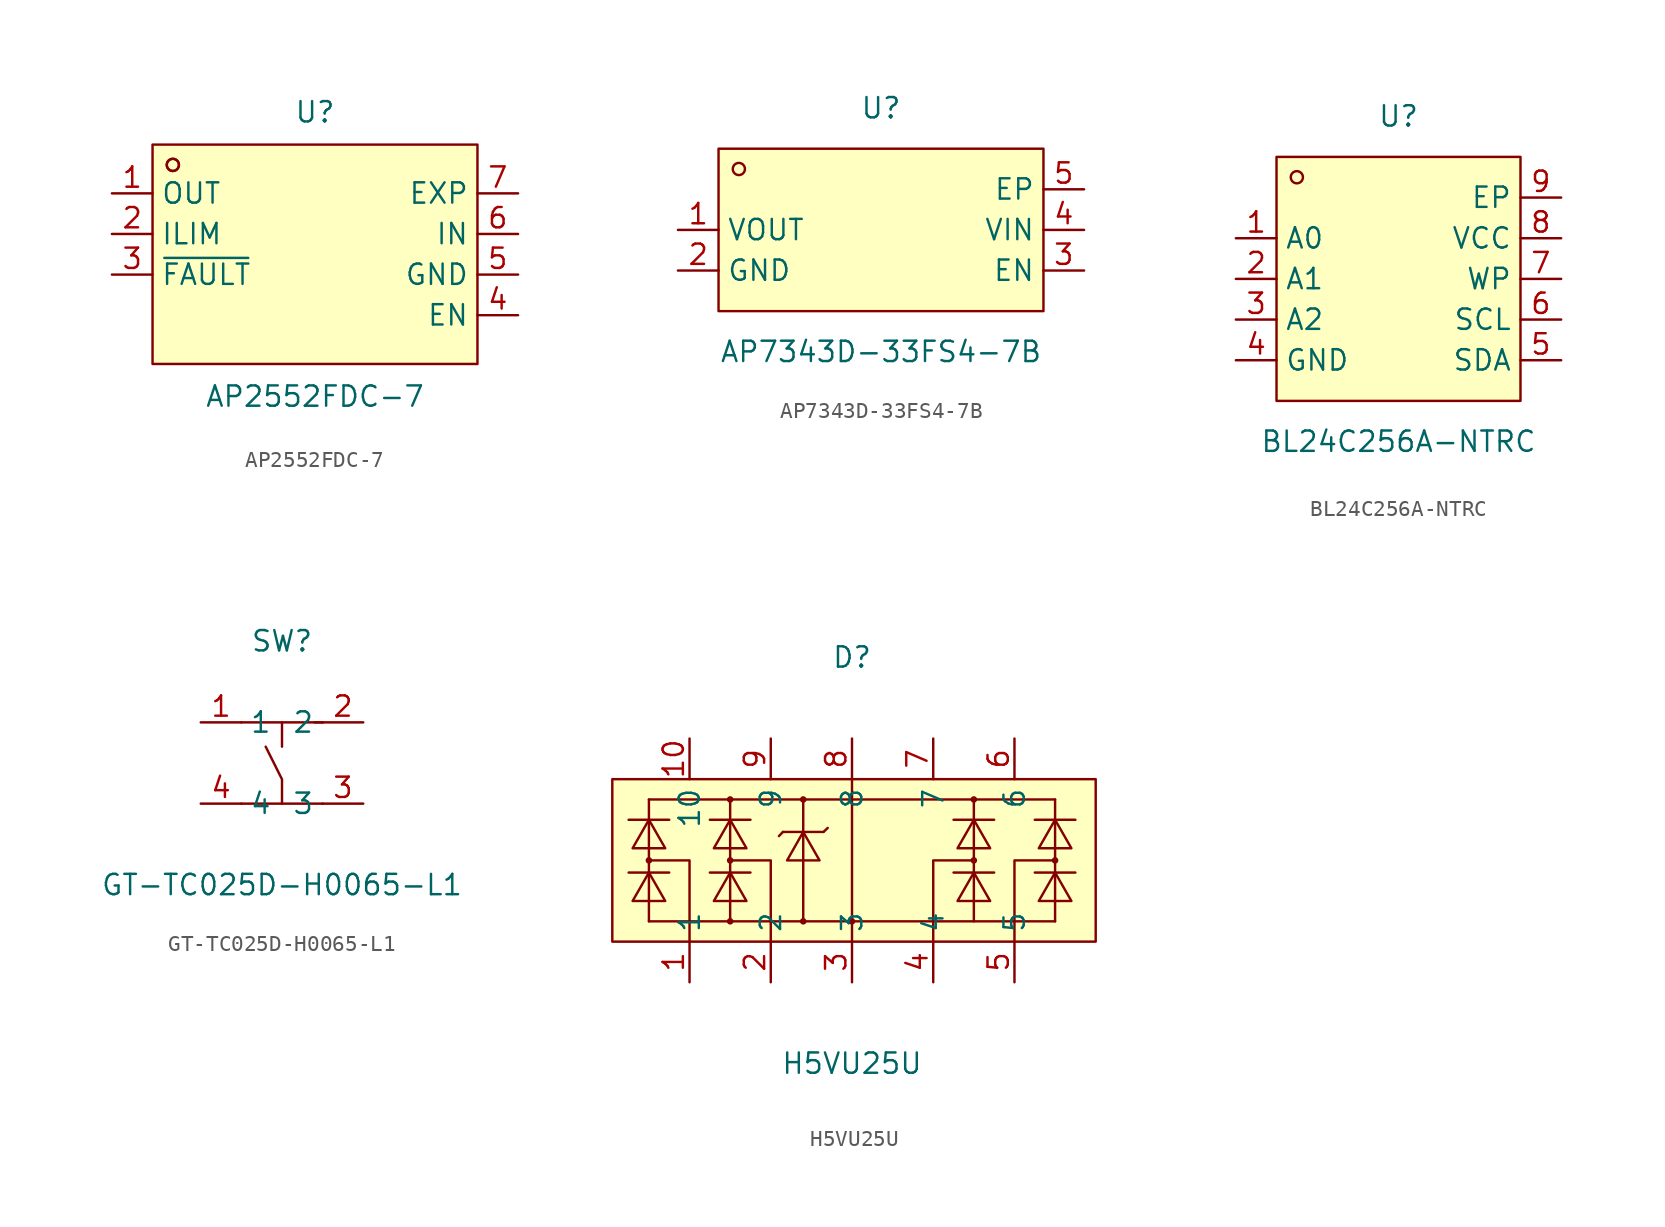
<source format=kicad_sym>
(kicad_symbol_lib
  (version 20231120)
  (generator "kicad_symbol_editor")
  (generator_version "8.0")
  (symbol "AP2552FDC-7"
    (property "Reference" "U"
      (at 0 8.89 0)
      (effects (font (size 1.27 1.27))))
    (property "Value" "AP2552FDC-7"
      (at 0 -8.89 0)
      (effects (font (size 1.27 1.27))))
    (symbol "AP2552FDC-7_0_1"
      (rectangle (start -10.16 6.86) (end 10.16 -6.86) (stroke (width 0) (type default) (color 0 0 0 0)) (fill (type background)))
      (circle (center -8.89 5.59) (radius 0.38) (stroke (width 0) (type default) (color 0 0 0 0)) (fill (type none)))
      (circle (center -8.89 5.59) (radius 0.38) (stroke (width 0) (type default) (color 0 0 0 0)) (fill (type none)))
      (pin unspecified line (at -12.70 3.81 0) (length 2.54) (name "OUT" (effects (font (size 1.27 1.27)))) (number "1" (effects (font (size 1.27 1.27)))))
      (pin unspecified line (at -12.70 1.27 0) (length 2.54) (name "ILIM" (effects (font (size 1.27 1.27)))) (number "2" (effects (font (size 1.27 1.27)))))
      (pin unspecified line (at -12.70 -1.27 0) (length 2.54) (name "~{FAULT}" (effects (font (size 1.27 1.27)))) (number "3" (effects (font (size 1.27 1.27)))))
      (pin unspecified line (at 12.70 -3.81 180) (length 2.54) (name "EN" (effects (font (size 1.27 1.27)))) (number "4" (effects (font (size 1.27 1.27)))))
      (pin unspecified line (at 12.70 -1.27 180) (length 2.54) (name "GND" (effects (font (size 1.27 1.27)))) (number "5" (effects (font (size 1.27 1.27)))))
      (pin unspecified line (at 12.70 1.27 180) (length 2.54) (name "IN" (effects (font (size 1.27 1.27)))) (number "6" (effects (font (size 1.27 1.27)))))
      (pin unspecified line (at 12.70 3.81 180) (length 2.54) (name "EXP" (effects (font (size 1.27 1.27)))) (number "7" (effects (font (size 1.27 1.27)))))))
  (symbol "AP7343D-33FS4-7B"
    (property "Reference" "U"
      (at 0 5.08 0)
      (effects (font (size 1.27 1.27))))
    (property "Value" "AP7343D-33FS4-7B"
      (at 0 -10.16 0)
      (effects (font (size 1.27 1.27))))
    (symbol "AP7343D-33FS4-7B_0_1"
      (rectangle (start -10.16 2.54) (end 10.16 -7.62) (stroke (width 0) (type default) (color 0 0 0 0)) (fill (type background)))
      (circle (center -8.89 1.27) (radius 0.38) (stroke (width 0) (type default) (color 0 0 0 0)) (fill (type none)))
      (pin unspecified line (at -12.70 -2.54 0) (length 2.54) (name "VOUT" (effects (font (size 1.27 1.27)))) (number "1" (effects (font (size 1.27 1.27)))))
      (pin unspecified line (at -12.70 -5.08 0) (length 2.54) (name "GND" (effects (font (size 1.27 1.27)))) (number "2" (effects (font (size 1.27 1.27)))))
      (pin unspecified line (at 12.70 -5.08 180) (length 2.54) (name "EN" (effects (font (size 1.27 1.27)))) (number "3" (effects (font (size 1.27 1.27)))))
      (pin unspecified line (at 12.70 -2.54 180) (length 2.54) (name "VIN" (effects (font (size 1.27 1.27)))) (number "4" (effects (font (size 1.27 1.27)))))
      (pin unspecified line (at 12.70 -0.00 180) (length 2.54) (name "EP" (effects (font (size 1.27 1.27)))) (number "5" (effects (font (size 1.27 1.27)))))))
  (symbol "BL24C256A-NTRC"
    (property "Reference" "U"
      (at 0 10.16 0)
      (effects (font (size 1.27 1.27))))
    (property "Value" "BL24C256A-NTRC"
      (at 0 -10.16 0)
      (effects (font (size 1.27 1.27))))
    (symbol "BL24C256A-NTRC_0_1"
      (rectangle (start -7.62 7.62) (end 7.62 -7.62) (stroke (width 0) (type default) (color 0 0 0 0)) (fill (type background)))
      (circle (center -6.35 6.35) (radius 0.38) (stroke (width 0) (type default) (color 0 0 0 0)) (fill (type none)))
      (pin unspecified line (at -10.16 2.54 0) (length 2.54) (name "A0" (effects (font (size 1.27 1.27)))) (number "1" (effects (font (size 1.27 1.27)))))
      (pin unspecified line (at -10.16 -0.00 0) (length 2.54) (name "A1" (effects (font (size 1.27 1.27)))) (number "2" (effects (font (size 1.27 1.27)))))
      (pin unspecified line (at -10.16 -2.54 0) (length 2.54) (name "A2" (effects (font (size 1.27 1.27)))) (number "3" (effects (font (size 1.27 1.27)))))
      (pin unspecified line (at -10.16 -5.08 0) (length 2.54) (name "GND" (effects (font (size 1.27 1.27)))) (number "4" (effects (font (size 1.27 1.27)))))
      (pin unspecified line (at 10.16 -5.08 180) (length 2.54) (name "SDA" (effects (font (size 1.27 1.27)))) (number "5" (effects (font (size 1.27 1.27)))))
      (pin unspecified line (at 10.16 -2.54 180) (length 2.54) (name "SCL" (effects (font (size 1.27 1.27)))) (number "6" (effects (font (size 1.27 1.27)))))
      (pin unspecified line (at 10.16 -0.00 180) (length 2.54) (name "WP" (effects (font (size 1.27 1.27)))) (number "7" (effects (font (size 1.27 1.27)))))
      (pin unspecified line (at 10.16 2.54 180) (length 2.54) (name "VCC" (effects (font (size 1.27 1.27)))) (number "8" (effects (font (size 1.27 1.27)))))
      (pin unspecified line (at 10.16 5.08 180) (length 2.54) (name "EP" (effects (font (size 1.27 1.27)))) (number "9" (effects (font (size 1.27 1.27)))))))
  (symbol "GT-TC025D-H0065-L1"
    (property "Reference" "SW"
      (at 0 7.62 0)
      (effects (font (size 1.27 1.27))))
    (property "Value" "GT-TC025D-H0065-L1"
      (at 0 -7.62 0)
      (effects (font (size 1.27 1.27))))
    (symbol "GT-TC025D-H0065-L1_0_1"
      (polyline (pts (xy 2.03 2.54) (xy 2.54 2.54)) (stroke (width 0) (type default) (color 0 0 0 0)) (fill (type none)))
      (polyline (pts (xy -2.54 2.54) (xy 2.54 2.54)) (stroke (width 0) (type default) (color 0 0 0 0)) (fill (type none)))
      (polyline (pts (xy -2.54 -2.54) (xy 2.54 -2.54)) (stroke (width 0) (type default) (color 0 0 0 0)) (fill (type none)))
      (polyline (pts (xy 0.00 2.54) (xy 0.00 1.02)) (stroke (width 0) (type default) (color 0 0 0 0)) (fill (type none)))
      (polyline (pts (xy 0.00 -2.54) (xy 0.00 -1.02) (xy -1.02 1.02)) (stroke (width 0) (type default) (color 0 0 0 0)) (fill (type none)))
      (pin unspecified line (at -5.08 -2.54 0) (length 2.54) (name "4" (effects (font (size 1.27 1.27)))) (number "4" (effects (font (size 1.27 1.27)))))
      (pin unspecified line (at 5.08 -2.54 180) (length 2.54) (name "3" (effects (font (size 1.27 1.27)))) (number "3" (effects (font (size 1.27 1.27)))))
      (pin unspecified line (at 5.08 2.54 180) (length 2.54) (name "2" (effects (font (size 1.27 1.27)))) (number "2" (effects (font (size 1.27 1.27)))))
      (pin unspecified line (at -5.08 2.54 0) (length 2.54) (name "1" (effects (font (size 1.27 1.27)))) (number "1" (effects (font (size 1.27 1.27)))))))
  (symbol "H5VU25U"
    (property "Reference" "D"
      (at 0 12.70 0)
      (effects (font (size 1.27 1.27))))
    (property "Value" "H5VU25U"
      (at 0 -12.70 0)
      (effects (font (size 1.27 1.27))))
    (symbol "H5VU25U_0_1"
      (rectangle (start -14.99 5.08) (end 15.24 -5.08) (stroke (width 0) (type default) (color 0 0 0 0)) (fill (type background)))
      (circle (center -7.62 3.81) (radius 0.13) (stroke (width 0) (type default) (color 0 0 0 0)) (fill (type none)))
      (circle (center -3.05 3.81) (radius 0.13) (stroke (width 0) (type default) (color 0 0 0 0)) (fill (type none)))
      (circle (center 7.62 3.81) (radius 0.13) (stroke (width 0) (type default) (color 0 0 0 0)) (fill (type none)))
      (circle (center 12.70 -0.00) (radius 0.13) (stroke (width 0) (type default) (color 0 0 0 0)) (fill (type none)))
      (circle (center 7.62 -0.00) (radius 0.13) (stroke (width 0) (type default) (color 0 0 0 0)) (fill (type none)))
      (circle (center -7.62 -0.00) (radius 0.13) (stroke (width 0) (type default) (color 0 0 0 0)) (fill (type none)))
      (circle (center -12.70 -0.00) (radius 0.13) (stroke (width 0) (type default) (color 0 0 0 0)) (fill (type none)))
      (circle (center -7.62 -3.81) (radius 0.13) (stroke (width 0) (type default) (color 0 0 0 0)) (fill (type none)))
      (circle (center -3.05 -3.81) (radius 0.13) (stroke (width 0) (type default) (color 0 0 0 0)) (fill (type none)))
      (circle (center 0.00 -3.81) (radius 0.13) (stroke (width 0) (type default) (color 0 0 0 0)) (fill (type none)))
      (polyline (pts (xy -13.72 -2.54) (xy -12.70 -0.76) (xy -11.68 -2.54) (xy -13.72 -2.54)) (stroke (width 0) (type default) (color 0 0 0 0)) (fill (type background)))
      (polyline (pts (xy -13.72 0.76) (xy -12.70 2.54) (xy -11.68 0.76) (xy -13.72 0.76)) (stroke (width 0) (type default) (color 0 0 0 0)) (fill (type background)))
      (polyline (pts (xy -8.64 0.76) (xy -7.62 2.54) (xy -6.60 0.76) (xy -8.64 0.76)) (stroke (width 0) (type default) (color 0 0 0 0)) (fill (type background)))
      (polyline (pts (xy -8.64 -2.54) (xy -7.62 -0.76) (xy -6.60 -2.54) (xy -8.64 -2.54)) (stroke (width 0) (type default) (color 0 0 0 0)) (fill (type background)))
      (polyline (pts (xy -4.06 -0.00) (xy -3.05 1.78) (xy -2.03 -0.00) (xy -4.06 -0.00)) (stroke (width 0) (type default) (color 0 0 0 0)) (fill (type background)))
      (polyline (pts (xy 6.60 0.76) (xy 7.62 2.54) (xy 8.64 0.76) (xy 6.60 0.76)) (stroke (width 0) (type default) (color 0 0 0 0)) (fill (type background)))
      (polyline (pts (xy 6.60 -2.54) (xy 7.62 -0.76) (xy 8.64 -2.54) (xy 6.60 -2.54)) (stroke (width 0) (type default) (color 0 0 0 0)) (fill (type background)))
      (polyline (pts (xy 11.68 0.76) (xy 12.70 2.54) (xy 13.72 0.76) (xy 11.68 0.76)) (stroke (width 0) (type default) (color 0 0 0 0)) (fill (type background)))
      (polyline (pts (xy 11.68 -2.54) (xy 12.70 -0.76) (xy 13.72 -2.54) (xy 11.68 -2.54)) (stroke (width 0) (type default) (color 0 0 0 0)) (fill (type background)))
      (polyline (pts (xy -13.97 -0.76) (xy -11.43 -0.76)) (stroke (width 0) (type default) (color 0 0 0 0)) (fill (type none)))
      (polyline (pts (xy -12.70 -3.81) (xy 12.70 -3.81)) (stroke (width 0) (type default) (color 0 0 0 0)) (fill (type none)))
      (polyline (pts (xy -12.70 3.81) (xy 12.70 3.81)) (stroke (width 0) (type default) (color 0 0 0 0)) (fill (type none)))
      (polyline (pts (xy -13.97 2.54) (xy -11.43 2.54)) (stroke (width 0) (type default) (color 0 0 0 0)) (fill (type none)))
      (polyline (pts (xy -12.70 -3.81) (xy -12.70 3.81)) (stroke (width 0) (type default) (color 0 0 0 0)) (fill (type none)))
      (polyline (pts (xy -8.89 2.54) (xy -6.35 2.54)) (stroke (width 0) (type default) (color 0 0 0 0)) (fill (type none)))
      (polyline (pts (xy -8.89 -0.76) (xy -6.35 -0.76)) (stroke (width 0) (type default) (color 0 0 0 0)) (fill (type none)))
      (polyline (pts (xy -7.62 -3.81) (xy -7.62 3.81)) (stroke (width 0) (type default) (color 0 0 0 0)) (fill (type none)))
      (polyline (pts (xy -4.32 1.78) (xy -4.57 1.52)) (stroke (width 0) (type default) (color 0 0 0 0)) (fill (type none)))
      (polyline (pts (xy -1.78 1.78) (xy -1.52 2.03)) (stroke (width 0) (type default) (color 0 0 0 0)) (fill (type none)))
      (polyline (pts (xy -4.32 1.78) (xy -1.78 1.78)) (stroke (width 0) (type default) (color 0 0 0 0)) (fill (type none)))
      (polyline (pts (xy -3.05 -3.81) (xy -3.05 3.81)) (stroke (width 0) (type default) (color 0 0 0 0)) (fill (type none)))
      (polyline (pts (xy -12.70 -0.00) (xy -10.16 -0.00) (xy -10.16 -3.81)) (stroke (width 0) (type default) (color 0 0 0 0)) (fill (type none)))
      (polyline (pts (xy -7.62 -0.00) (xy -5.08 -0.00) (xy -5.08 -3.81)) (stroke (width 0) (type default) (color 0 0 0 0)) (fill (type none)))
      (polyline (pts (xy 0.00 5.08) (xy 0.00 -5.08)) (stroke (width 0) (type default) (color 0 0 0 0)) (fill (type none)))
      (polyline (pts (xy 6.35 2.54) (xy 8.89 2.54)) (stroke (width 0) (type default) (color 0 0 0 0)) (fill (type none)))
      (polyline (pts (xy 6.35 -0.76) (xy 8.89 -0.76)) (stroke (width 0) (type default) (color 0 0 0 0)) (fill (type none)))
      (polyline (pts (xy 7.62 -3.81) (xy 7.62 3.81)) (stroke (width 0) (type default) (color 0 0 0 0)) (fill (type none)))
      (polyline (pts (xy 7.62 -0.00) (xy 5.08 -0.00) (xy 5.08 -3.81)) (stroke (width 0) (type default) (color 0 0 0 0)) (fill (type none)))
      (polyline (pts (xy 11.43 2.54) (xy 13.97 2.54)) (stroke (width 0) (type default) (color 0 0 0 0)) (fill (type none)))
      (polyline (pts (xy 11.43 -0.76) (xy 13.97 -0.76)) (stroke (width 0) (type default) (color 0 0 0 0)) (fill (type none)))
      (polyline (pts (xy 12.70 -3.81) (xy 12.70 3.81)) (stroke (width 0) (type default) (color 0 0 0 0)) (fill (type none)))
      (polyline (pts (xy 12.70 -0.00) (xy 10.16 -0.00) (xy 10.16 -5.08)) (stroke (width 0) (type default) (color 0 0 0 0)) (fill (type none)))
      (polyline (pts (xy 5.08 -3.81) (xy 5.08 -5.08)) (stroke (width 0) (type default) (color 0 0 0 0)) (fill (type none)))
      (polyline (pts (xy -5.08 -3.81) (xy -5.08 -5.08)) (stroke (width 0) (type default) (color 0 0 0 0)) (fill (type none)))
      (polyline (pts (xy -10.16 -3.81) (xy -10.16 -5.08)) (stroke (width 0) (type default) (color 0 0 0 0)) (fill (type none)))
      (pin unspecified line (at -10.16 7.62 270) (length 2.54) (name "10" (effects (font (size 1.27 1.27)))) (number "10" (effects (font (size 1.27 1.27)))))
      (pin unspecified line (at -5.08 7.62 270) (length 2.54) (name "9" (effects (font (size 1.27 1.27)))) (number "9" (effects (font (size 1.27 1.27)))))
      (pin unspecified line (at 0.00 7.62 270) (length 2.54) (name "8" (effects (font (size 1.27 1.27)))) (number "8" (effects (font (size 1.27 1.27)))))
      (pin unspecified line (at 5.08 7.62 270) (length 2.54) (name "7" (effects (font (size 1.27 1.27)))) (number "7" (effects (font (size 1.27 1.27)))))
      (pin unspecified line (at 10.16 7.62 270) (length 2.54) (name "6" (effects (font (size 1.27 1.27)))) (number "6" (effects (font (size 1.27 1.27)))))
      (pin unspecified line (at 10.16 -7.62 90) (length 2.54) (name "5" (effects (font (size 1.27 1.27)))) (number "5" (effects (font (size 1.27 1.27)))))
      (pin unspecified line (at 5.08 -7.62 90) (length 2.54) (name "4" (effects (font (size 1.27 1.27)))) (number "4" (effects (font (size 1.27 1.27)))))
      (pin unspecified line (at 0.00 -7.62 90) (length 2.54) (name "3" (effects (font (size 1.27 1.27)))) (number "3" (effects (font (size 1.27 1.27)))))
      (pin unspecified line (at -5.08 -7.62 90) (length 2.54) (name "2" (effects (font (size 1.27 1.27)))) (number "2" (effects (font (size 1.27 1.27)))))
      (pin unspecified line (at -10.16 -7.62 90) (length 2.54) (name "1" (effects (font (size 1.27 1.27)))) (number "1" (effects (font (size 1.27 1.27))))))))
</source>
